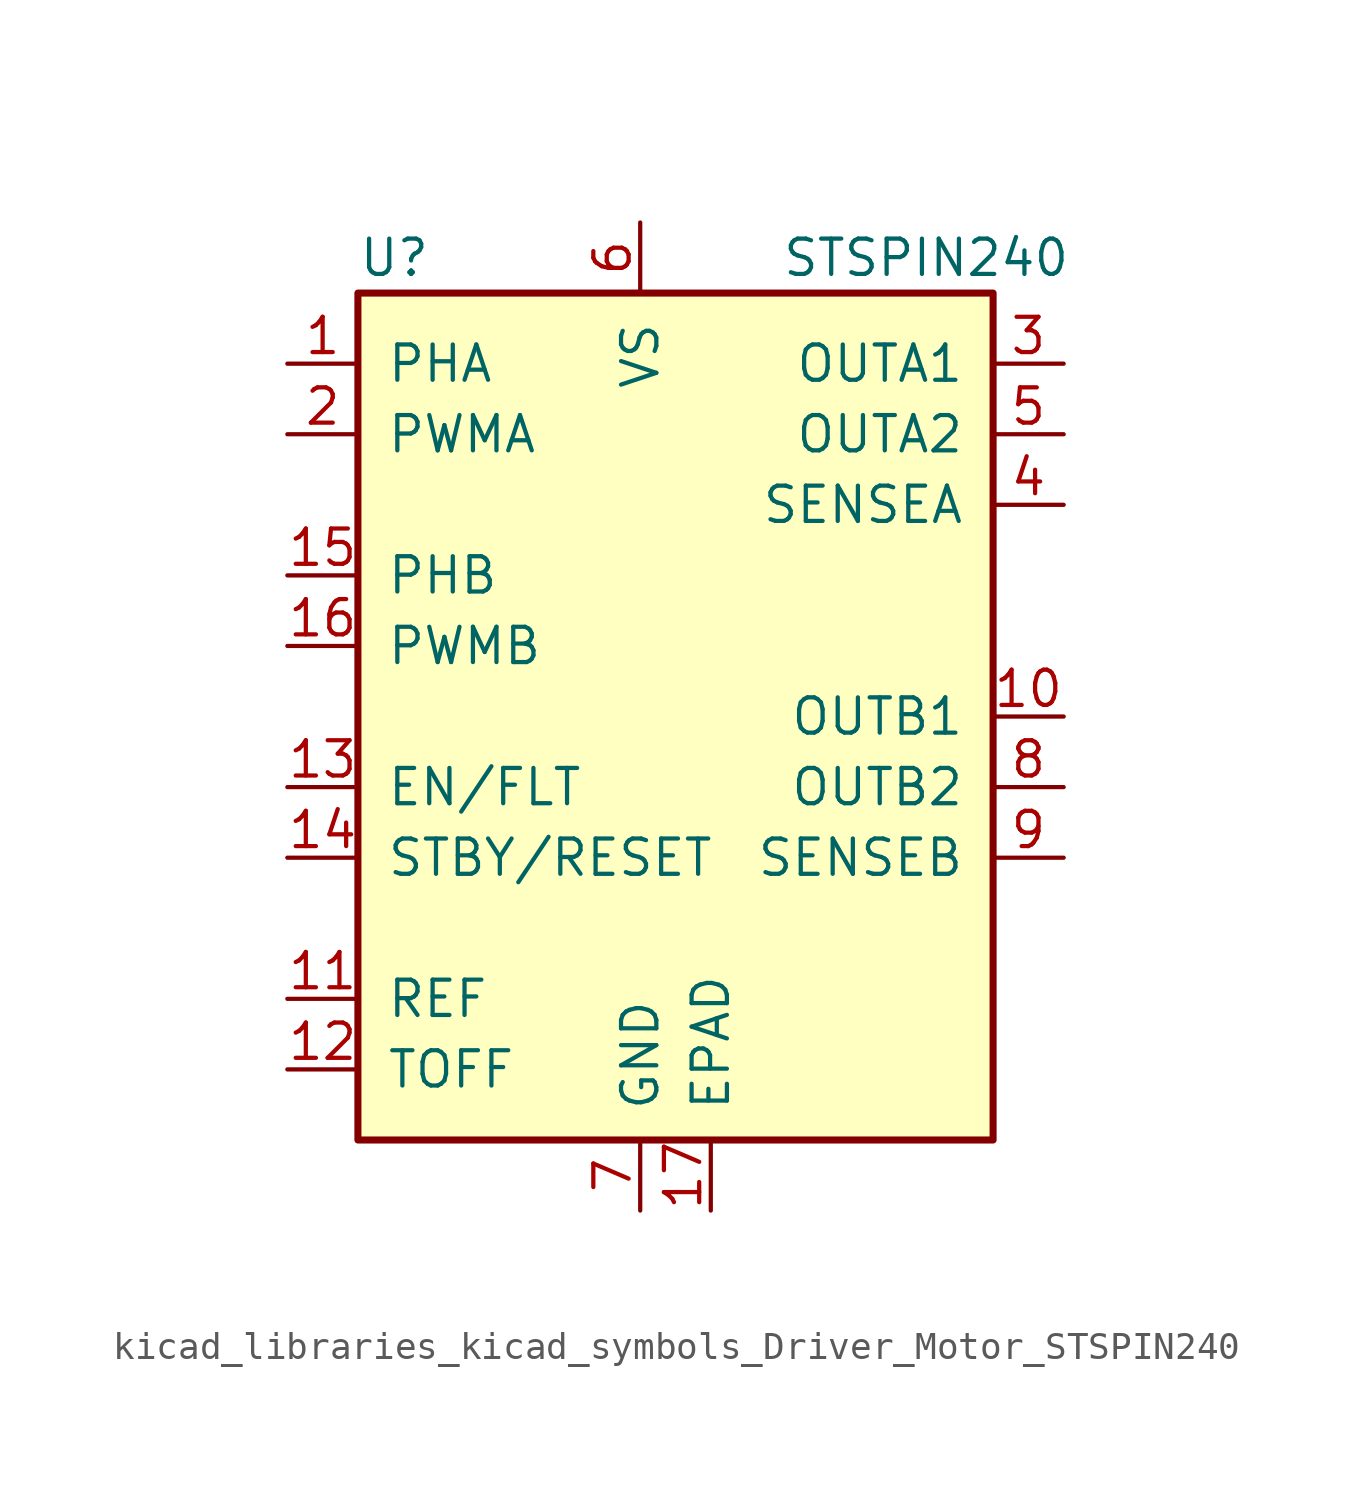
<source format=kicad_sym>
(kicad_symbol_lib
  (version 20220914)
  (generator kicad_symbol_editor)
  (symbol "kicad_libraries_kicad_symbols_Driver_Motor_STSPIN240"
    (pin_names
      (offset 1.016))
    (property "Reference" "U"
      (at -10.16 16.51 0)
      (effects (font (size 1.27 1.27)) (justify left)))
    (property "Value" "STSPIN240"
      (at 5.08 16.51 0)
      (effects (font (size 1.27 1.27)) (justify left)))
    (symbol "kicad_libraries_kicad_symbols_Driver_Motor_STSPIN240_0_1"
      (rectangle (start -10.16 15.24) (end 12.7 -15.24) (stroke (width 0.254) (type default)) (fill (type background))))
    (symbol "kicad_libraries_kicad_symbols_Driver_Motor_STSPIN240_1_1"
      (pin input line (at -12.7 12.7 0) (length 2.54) (name "PHA" (effects (font (size 1.27 1.27)))) (number "1" (effects (font (size 1.27 1.27)))))
      (pin power_out line (at 15.24 0 180) (length 2.54) (name "OUTB1" (effects (font (size 1.27 1.27)))) (number "10" (effects (font (size 1.27 1.27)))))
      (pin input line (at -12.7 -10.16 0) (length 2.54) (name "REF" (effects (font (size 1.27 1.27)))) (number "11" (effects (font (size 1.27 1.27)))))
      (pin input line (at -12.7 -12.7 0) (length 2.54) (name "TOFF" (effects (font (size 1.27 1.27)))) (number "12" (effects (font (size 1.27 1.27)))))
      (pin bidirectional line (at -12.7 -2.54 0) (length 2.54) (name "EN/FLT" (effects (font (size 1.27 1.27)))) (number "13" (effects (font (size 1.27 1.27)))))
      (pin input line (at -12.7 -5.08 0) (length 2.54) (name "STBY/RESET" (effects (font (size 1.27 1.27)))) (number "14" (effects (font (size 1.27 1.27)))))
      (pin input line (at -12.7 5.08 0) (length 2.54) (name "PHB" (effects (font (size 1.27 1.27)))) (number "15" (effects (font (size 1.27 1.27)))))
      (pin input line (at -12.7 2.54 0) (length 2.54) (name "PWMB" (effects (font (size 1.27 1.27)))) (number "16" (effects (font (size 1.27 1.27)))))
      (pin power_in line (at 2.54 -17.78 90) (length 2.54) (name "EPAD" (effects (font (size 1.27 1.27)))) (number "17" (effects (font (size 1.27 1.27)))))
      (pin input line (at -12.7 10.16 0) (length 2.54) (name "PWMA" (effects (font (size 1.27 1.27)))) (number "2" (effects (font (size 1.27 1.27)))))
      (pin power_out line (at 15.24 12.7 180) (length 2.54) (name "OUTA1" (effects (font (size 1.27 1.27)))) (number "3" (effects (font (size 1.27 1.27)))))
      (pin power_out line (at 15.24 7.62 180) (length 2.54) (name "SENSEA" (effects (font (size 1.27 1.27)))) (number "4" (effects (font (size 1.27 1.27)))))
      (pin power_out line (at 15.24 10.16 180) (length 2.54) (name "OUTA2" (effects (font (size 1.27 1.27)))) (number "5" (effects (font (size 1.27 1.27)))))
      (pin power_in line (at 0 17.78 270) (length 2.54) (name "VS" (effects (font (size 1.27 1.27)))) (number "6" (effects (font (size 1.27 1.27)))))
      (pin power_in line (at 0 -17.78 90) (length 2.54) (name "GND" (effects (font (size 1.27 1.27)))) (number "7" (effects (font (size 1.27 1.27)))))
      (pin power_out line (at 15.24 -2.54 180) (length 2.54) (name "OUTB2" (effects (font (size 1.27 1.27)))) (number "8" (effects (font (size 1.27 1.27)))))
      (pin power_out line (at 15.24 -5.08 180) (length 2.54) (name "SENSEB" (effects (font (size 1.27 1.27)))) (number "9" (effects (font (size 1.27 1.27))))))))
</source>
